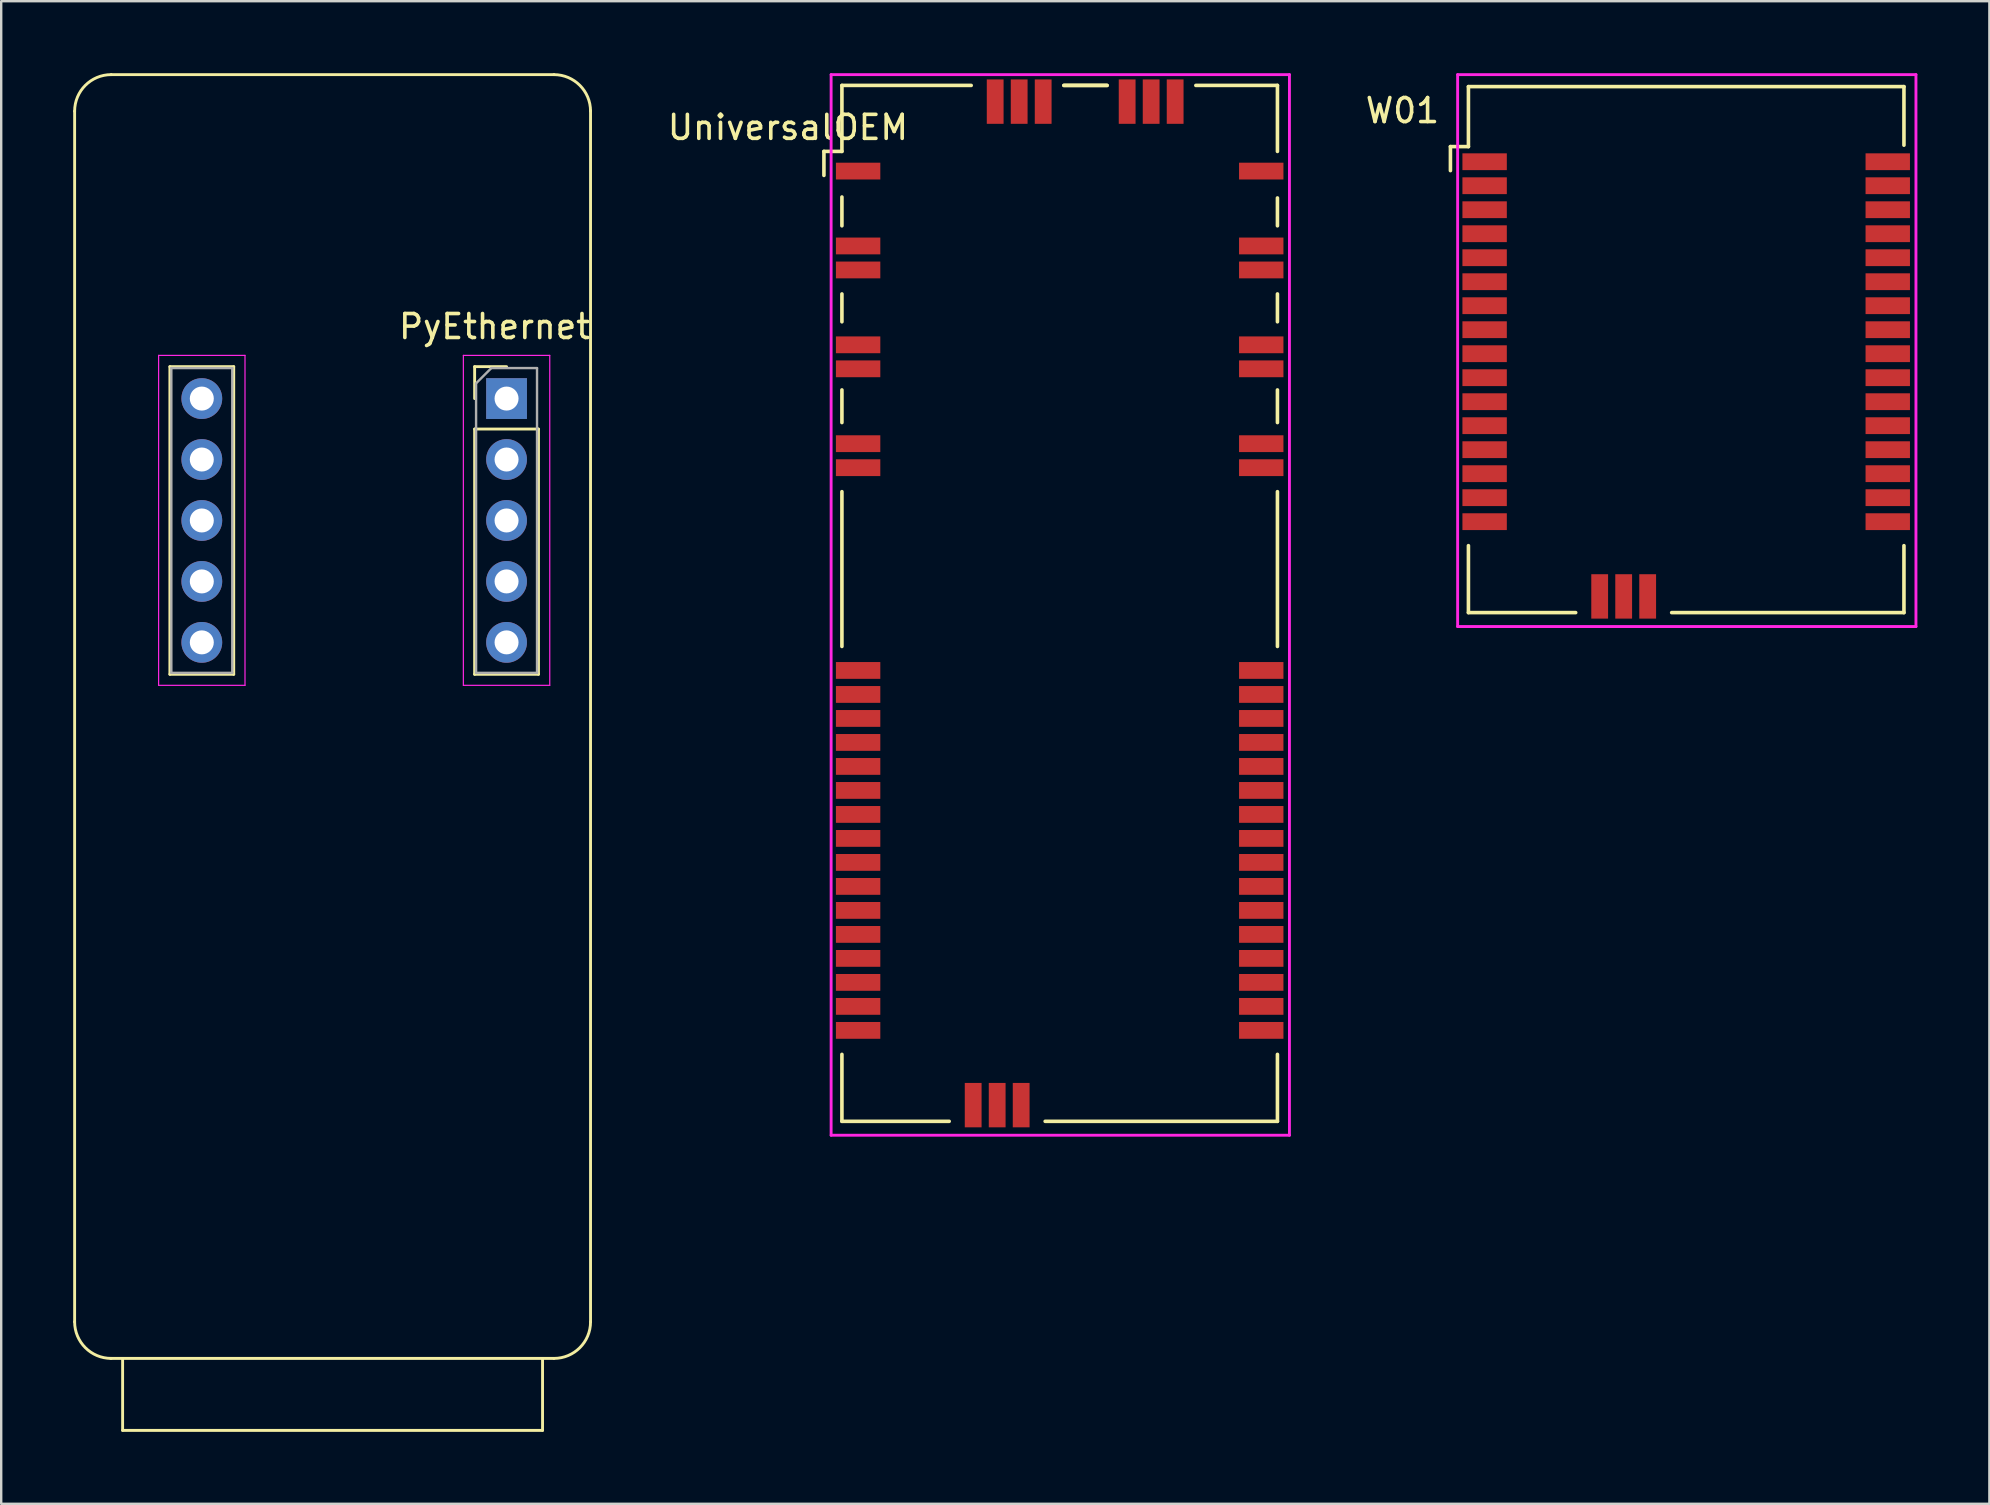
<source format=kicad_pcb>
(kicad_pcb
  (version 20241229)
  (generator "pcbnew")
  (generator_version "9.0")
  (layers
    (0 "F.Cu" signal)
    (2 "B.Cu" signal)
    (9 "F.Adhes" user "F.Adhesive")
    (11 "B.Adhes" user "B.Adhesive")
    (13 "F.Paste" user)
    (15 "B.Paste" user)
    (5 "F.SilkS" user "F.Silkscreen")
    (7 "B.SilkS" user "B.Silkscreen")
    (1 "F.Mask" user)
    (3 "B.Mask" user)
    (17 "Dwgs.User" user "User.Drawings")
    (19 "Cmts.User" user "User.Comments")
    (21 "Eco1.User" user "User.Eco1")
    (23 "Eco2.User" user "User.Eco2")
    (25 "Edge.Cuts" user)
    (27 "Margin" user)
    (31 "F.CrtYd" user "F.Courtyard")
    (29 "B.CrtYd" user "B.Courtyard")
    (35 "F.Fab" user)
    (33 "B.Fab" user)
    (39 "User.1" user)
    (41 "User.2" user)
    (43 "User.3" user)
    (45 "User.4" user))
  (footprint "UniversalOEM"
    (layer "F.Cu")
    (at 32.286 0.76)
    (property "Reference" "UniversalOEM" (at -2.5 1.5 0) (layer "F.SilkS") (effects (font (size 1 1) (thickness 0.15))))
    (attr through_hole)
    (fp_line (start -1 3.5) (end -1 2.5) (stroke (width 0.15) (type solid)) (layer "F.SilkS"))
    (fp_line (start -0.25 -0.25) (end -0.25 2.5) (stroke (width 0.15) (type solid)) (layer "F.SilkS"))
    (fp_line (start -0.25 -0.25) (end 5.137 -0.25) (stroke (width 0.15) (type solid)) (layer "F.SilkS"))
    (fp_line (start -0.25 2.5) (end -1 2.5) (stroke (width 0.15) (type solid)) (layer "F.SilkS"))
    (fp_line (start -0.25 4.4) (end -0.25 5.6) (stroke (width 0.15) (type solid)) (layer "F.SilkS"))
    (fp_line (start -0.25 8.44) (end -0.25 9.6) (stroke (width 0.15) (type solid)) (layer "F.SilkS"))
    (fp_line (start -0.25 12.44) (end -0.25 13.8) (stroke (width 0.15) (type solid)) (layer "F.SilkS"))
    (fp_line (start -0.25 16.68) (end -0.25 23.13) (stroke (width 0.15) (type solid)) (layer "F.SilkS"))
    (fp_line (start -0.25 42.92) (end -0.25 40.13) (stroke (width 0.15) (type solid)) (layer "F.SilkS"))
    (fp_line (start -0.25 42.92) (end 4.22 42.92) (stroke (width 0.15) (type solid)) (layer "F.SilkS"))
    (fp_line (start 9 -0.25) (end 10.8 -0.25) (stroke (width 0.15) (type solid)) (layer "F.SilkS"))
    (fp_line (start 9 -0.25) (end 10.8 -0.25) (stroke (width 0.15) (type solid)) (layer "F.SilkS"))
    (fp_line (start 14.5 -0.25) (end 17.9 -0.25) (stroke (width 0.15) (type solid)) (layer "F.SilkS"))
    (fp_line (start 17.9 2.5) (end 17.9 -0.25) (stroke (width 0.15) (type solid)) (layer "F.SilkS"))
    (fp_line (start 17.9 4.44) (end 17.9 5.6) (stroke (width 0.15) (type solid)) (layer "F.SilkS"))
    (fp_line (start 17.9 9.6) (end 17.9 8.44) (stroke (width 0.15) (type solid)) (layer "F.SilkS"))
    (fp_line (start 17.9 13.8) (end 17.9 12.44) (stroke (width 0.15) (type solid)) (layer "F.SilkS"))
    (fp_line (start 17.9 23.13) (end 17.9 16.68) (stroke (width 0.15) (type solid)) (layer "F.SilkS"))
    (fp_line (start 17.9 40.13) (end 17.9 42.92) (stroke (width 0.15) (type solid)) (layer "F.SilkS"))
    (fp_line (start 17.9 42.92) (end 8.22 42.92) (stroke (width 0.15) (type solid)) (layer "F.SilkS"))
    (fp_line (start -0.7 -0.7) (end 18.4 -0.7) (stroke (width 0.12) (type solid)) (layer "F.CrtYd"))
    (fp_line (start -0.7 43.5) (end -0.7 -0.7) (stroke (width 0.12) (type solid)) (layer "F.CrtYd"))
    (fp_line (start 18.4 -0.7) (end 18.4 43.5) (stroke (width 0.12) (type solid)) (layer "F.CrtYd"))
    (fp_line (start 18.4 43.5) (end -0.7 43.5) (stroke (width 0.12) (type solid)) (layer "F.CrtYd"))
    (pad "1" smd rect (at 0.425 3.32) (size 1.85 0.7) (layers "F.Cu" "F.Mask" "F.Paste"))
    (pad "2" smd rect (at 0.425 6.44) (size 1.85 0.7) (layers "F.Cu" "F.Mask" "F.Paste"))
    (pad "3" smd rect (at 0.425 7.44) (size 1.85 0.7) (layers "F.Cu" "F.Mask" "F.Paste"))
    (pad "4" smd rect (at 0.425 10.56) (size 1.85 0.7) (layers "F.Cu" "F.Mask" "F.Paste"))
    (pad "5" smd rect (at 0.425 11.56) (size 1.85 0.7) (layers "F.Cu" "F.Mask" "F.Paste"))
    (pad "6" smd rect (at 0.425 14.68) (size 1.85 0.7) (layers "F.Cu" "F.Mask" "F.Paste"))
    (pad "7" smd rect (at 0.425 15.68) (size 1.85 0.7) (layers "F.Cu" "F.Mask" "F.Paste"))
    (pad "8" smd rect (at 0.425 24.13) (size 1.85 0.7) (layers "F.Cu" "F.Mask" "F.Paste"))
    (pad "9" smd rect (at 0.425 25.13) (size 1.85 0.7) (layers "F.Cu" "F.Mask" "F.Paste"))
    (pad "10" smd rect (at 0.425 26.13) (size 1.85 0.7) (layers "F.Cu" "F.Mask" "F.Paste"))
    (pad "11" smd rect (at 0.425 27.13) (size 1.85 0.7) (layers "F.Cu" "F.Mask" "F.Paste"))
    (pad "12" smd rect (at 0.425 28.13) (size 1.85 0.7) (layers "F.Cu" "F.Mask" "F.Paste"))
    (pad "13" smd rect (at 0.425 29.13) (size 1.85 0.7) (layers "F.Cu" "F.Mask" "F.Paste"))
    (pad "14" smd rect (at 0.425 30.13) (size 1.85 0.7) (layers "F.Cu" "F.Mask" "F.Paste"))
    (pad "15" smd rect (at 0.425 31.13) (size 1.85 0.7) (layers "F.Cu" "F.Mask" "F.Paste"))
    (pad "16" smd rect (at 0.425 32.13) (size 1.85 0.7) (layers "F.Cu" "F.Mask" "F.Paste"))
    (pad "17" smd rect (at 0.425 33.13) (size 1.85 0.7) (layers "F.Cu" "F.Mask" "F.Paste"))
    (pad "18" smd rect (at 0.425 34.13) (size 1.85 0.7) (layers "F.Cu" "F.Mask" "F.Paste"))
    (pad "19" smd rect (at 0.425 35.13) (size 1.85 0.7) (layers "F.Cu" "F.Mask" "F.Paste"))
    (pad "20" smd rect (at 0.425 36.13) (size 1.85 0.7) (layers "F.Cu" "F.Mask" "F.Paste"))
    (pad "21" smd rect (at 0.425 37.13) (size 1.85 0.7) (layers "F.Cu" "F.Mask" "F.Paste"))
    (pad "22" smd rect (at 0.425 38.13) (size 1.85 0.7) (layers "F.Cu" "F.Mask" "F.Paste"))
    (pad "23" smd rect (at 0.425 39.13) (size 1.85 0.7) (layers "F.Cu" "F.Mask" "F.Paste"))
    (pad "24" smd rect (at 5.22 42.245 90) (size 1.85 0.7) (layers "F.Cu" "F.Mask" "F.Paste"))
    (pad "25" smd rect (at 6.22 42.245 90) (size 1.85 0.7) (layers "F.Cu" "F.Mask" "F.Paste"))
    (pad "26" smd rect (at 7.22 42.245 90) (size 1.85 0.7) (layers "F.Cu" "F.Mask" "F.Paste"))
    (pad "27" smd rect (at 17.225 39.13) (size 1.85 0.7) (layers "F.Cu" "F.Mask" "F.Paste"))
    (pad "28" smd rect (at 17.225 38.13) (size 1.85 0.7) (layers "F.Cu" "F.Mask" "F.Paste"))
    (pad "29" smd rect (at 17.225 37.13) (size 1.85 0.7) (layers "F.Cu" "F.Mask" "F.Paste"))
    (pad "30" smd rect (at 17.225 36.13) (size 1.85 0.7) (layers "F.Cu" "F.Mask" "F.Paste"))
    (pad "31" smd rect (at 17.225 35.13) (size 1.85 0.7) (layers "F.Cu" "F.Mask" "F.Paste"))
    (pad "32" smd rect (at 17.225 34.13) (size 1.85 0.7) (layers "F.Cu" "F.Mask" "F.Paste"))
    (pad "33" smd rect (at 17.225 33.13) (size 1.85 0.7) (layers "F.Cu" "F.Mask" "F.Paste"))
    (pad "34" smd rect (at 17.225 32.13) (size 1.85 0.7) (layers "F.Cu" "F.Mask" "F.Paste"))
    (pad "35" smd rect (at 17.225 31.13) (size 1.85 0.7) (layers "F.Cu" "F.Mask" "F.Paste"))
    (pad "36" smd rect (at 17.225 30.13) (size 1.85 0.7) (layers "F.Cu" "F.Mask" "F.Paste"))
    (pad "37" smd rect (at 17.225 29.13) (size 1.85 0.7) (layers "F.Cu" "F.Mask" "F.Paste"))
    (pad "38" smd rect (at 17.225 28.13) (size 1.85 0.7) (layers "F.Cu" "F.Mask" "F.Paste"))
    (pad "39" smd rect (at 17.225 27.13) (size 1.85 0.7) (layers "F.Cu" "F.Mask" "F.Paste"))
    (pad "40" smd rect (at 17.225 26.13) (size 1.85 0.7) (layers "F.Cu" "F.Mask" "F.Paste"))
    (pad "41" smd rect (at 17.225 25.13) (size 1.85 0.7) (layers "F.Cu" "F.Mask" "F.Paste"))
    (pad "42" smd rect (at 17.225 24.13) (size 1.85 0.7) (layers "F.Cu" "F.Mask" "F.Paste"))
    (pad "43" smd rect (at 17.225 15.68) (size 1.85 0.7) (layers "F.Cu" "F.Mask" "F.Paste"))
    (pad "44" smd rect (at 17.225 14.68) (size 1.85 0.7) (layers "F.Cu" "F.Mask" "F.Paste"))
    (pad "45" smd rect (at 17.225 11.56) (size 1.85 0.7) (layers "F.Cu" "F.Mask" "F.Paste"))
    (pad "46" smd rect (at 17.225 10.56) (size 1.85 0.7) (layers "F.Cu" "F.Mask" "F.Paste"))
    (pad "47" smd rect (at 17.225 7.44) (size 1.85 0.7) (layers "F.Cu" "F.Mask" "F.Paste"))
    (pad "48" smd rect (at 17.225 6.44) (size 1.85 0.7) (layers "F.Cu" "F.Mask" "F.Paste"))
    (pad "49" smd rect (at 17.225 3.32) (size 1.85 0.7) (layers "F.Cu" "F.Mask" "F.Paste"))
    (pad "50" smd rect (at 13.637 0.425 90) (size 1.85 0.7) (layers "F.Cu" "F.Mask" "F.Paste"))
    (pad "51" smd rect (at 12.637 0.425 90) (size 1.85 0.7) (layers "F.Cu" "F.Mask" "F.Paste"))
    (pad "52" smd rect (at 11.637 0.425 90) (size 1.85 0.7) (layers "F.Cu" "F.Mask" "F.Paste"))
    (pad "53" smd rect (at 8.137 0.425 90) (size 1.85 0.7) (layers "F.Cu" "F.Mask" "F.Paste"))
    (pad "54" smd rect (at 7.137 0.425 90) (size 1.85 0.7) (layers "F.Cu" "F.Mask" "F.Paste"))
    (pad "55" smd rect (at 6.137 0.425 90) (size 1.85 0.7) (layers "F.Cu" "F.Mask" "F.Paste")))
  (footprint "W01"
    (layer "F.Cu")
    (at 66.895 11.56)
    (property "Reference" "W01" (at -11.5 -10 0) (layer "F.SilkS") (effects (font (size 1 1) (thickness 0.15))))
    (attr through_hole)
    (fp_line (start -9.5 -8.5) (end -9.5 -7.5) (stroke (width 0.15) (type solid)) (layer "F.SilkS"))
    (fp_line (start -8.75 -11) (end -8.75 -8.5) (stroke (width 0.15) (type solid)) (layer "F.SilkS"))
    (fp_line (start -8.75 -11) (end 9.4 -11) (stroke (width 0.15) (type solid)) (layer "F.SilkS"))
    (fp_line (start -8.75 -8.5) (end -9.5 -8.5) (stroke (width 0.15) (type solid)) (layer "F.SilkS"))
    (fp_line (start -8.75 10.92) (end -8.75 8.13) (stroke (width 0.15) (type solid)) (layer "F.SilkS"))
    (fp_line (start -8.75 10.92) (end -4.28 10.92) (stroke (width 0.15) (type solid)) (layer "F.SilkS"))
    (fp_line (start 9.4 -8.56) (end 9.4 -11) (stroke (width 0.15) (type solid)) (layer "F.SilkS"))
    (fp_line (start 9.4 8.13) (end 9.4 10.92) (stroke (width 0.15) (type solid)) (layer "F.SilkS"))
    (fp_line (start 9.4 10.92) (end -0.28 10.92) (stroke (width 0.15) (type solid)) (layer "F.SilkS"))
    (fp_line (start -9.2 -11.5) (end 9.9 -11.5) (stroke (width 0.12) (type solid)) (layer "F.CrtYd"))
    (fp_line (start -9.2 11.5) (end -9.2 -11.5) (stroke (width 0.12) (type solid)) (layer "F.CrtYd"))
    (fp_line (start 9.9 -11.5) (end 9.9 11.5) (stroke (width 0.12) (type solid)) (layer "F.CrtYd"))
    (fp_line (start 9.9 11.5) (end -9.2 11.5) (stroke (width 0.12) (type solid)) (layer "F.CrtYd"))
    (pad "1" smd rect (at -8.075 -7.87) (size 1.85 0.7) (layers "F.Cu" "F.Mask" "F.Paste"))
    (pad "2" smd rect (at -8.075 -6.87) (size 1.85 0.7) (layers "F.Cu" "F.Mask" "F.Paste"))
    (pad "3" smd rect (at -8.075 -5.87) (size 1.85 0.7) (layers "F.Cu" "F.Mask" "F.Paste"))
    (pad "4" smd rect (at -8.075 -4.87) (size 1.85 0.7) (layers "F.Cu" "F.Mask" "F.Paste"))
    (pad "5" smd rect (at -8.075 -3.87) (size 1.85 0.7) (layers "F.Cu" "F.Mask" "F.Paste"))
    (pad "6" smd rect (at -8.075 -2.87) (size 1.85 0.7) (layers "F.Cu" "F.Mask" "F.Paste"))
    (pad "7" smd rect (at -8.075 -1.87) (size 1.85 0.7) (layers "F.Cu" "F.Mask" "F.Paste"))
    (pad "8" smd rect (at -8.075 -0.87) (size 1.85 0.7) (layers "F.Cu" "F.Mask" "F.Paste"))
    (pad "9" smd rect (at -8.075 0.13) (size 1.85 0.7) (layers "F.Cu" "F.Mask" "F.Paste"))
    (pad "10" smd rect (at -8.075 1.13) (size 1.85 0.7) (layers "F.Cu" "F.Mask" "F.Paste"))
    (pad "11" smd rect (at -8.075 2.13) (size 1.85 0.7) (layers "F.Cu" "F.Mask" "F.Paste"))
    (pad "12" smd rect (at -8.075 3.13) (size 1.85 0.7) (layers "F.Cu" "F.Mask" "F.Paste"))
    (pad "13" smd rect (at -8.075 4.13) (size 1.85 0.7) (layers "F.Cu" "F.Mask" "F.Paste"))
    (pad "14" smd rect (at -8.075 5.13) (size 1.85 0.7) (layers "F.Cu" "F.Mask" "F.Paste"))
    (pad "15" smd rect (at -8.075 6.13) (size 1.85 0.7) (layers "F.Cu" "F.Mask" "F.Paste"))
    (pad "16" smd rect (at -8.075 7.13) (size 1.85 0.7) (layers "F.Cu" "F.Mask" "F.Paste"))
    (pad "17" smd rect (at -3.28 10.245 90) (size 1.85 0.7) (layers "F.Cu" "F.Mask" "F.Paste"))
    (pad "18" smd rect (at -2.28 10.245 90) (size 1.85 0.7) (layers "F.Cu" "F.Mask" "F.Paste"))
    (pad "19" smd rect (at -1.28 10.245 90) (size 1.85 0.7) (layers "F.Cu" "F.Mask" "F.Paste"))
    (pad "20" smd rect (at 8.725 7.13) (size 1.85 0.7) (layers "F.Cu" "F.Mask" "F.Paste"))
    (pad "21" smd rect (at 8.725 6.13) (size 1.85 0.7) (layers "F.Cu" "F.Mask" "F.Paste"))
    (pad "22" smd rect (at 8.725 5.13) (size 1.85 0.7) (layers "F.Cu" "F.Mask" "F.Paste"))
    (pad "23" smd rect (at 8.725 4.13) (size 1.85 0.7) (layers "F.Cu" "F.Mask" "F.Paste"))
    (pad "24" smd rect (at 8.725 3.13) (size 1.85 0.7) (layers "F.Cu" "F.Mask" "F.Paste"))
    (pad "25" smd rect (at 8.725 2.13) (size 1.85 0.7) (layers "F.Cu" "F.Mask" "F.Paste"))
    (pad "26" smd rect (at 8.725 1.13) (size 1.85 0.7) (layers "F.Cu" "F.Mask" "F.Paste"))
    (pad "27" smd rect (at 8.725 0.13) (size 1.85 0.7) (layers "F.Cu" "F.Mask" "F.Paste"))
    (pad "28" smd rect (at 8.725 -0.87) (size 1.85 0.7) (layers "F.Cu" "F.Mask" "F.Paste"))
    (pad "29" smd rect (at 8.725 -1.87) (size 1.85 0.7) (layers "F.Cu" "F.Mask" "F.Paste"))
    (pad "30" smd rect (at 8.725 -2.87) (size 1.85 0.7) (layers "F.Cu" "F.Mask" "F.Paste"))
    (pad "31" smd rect (at 8.725 -3.87) (size 1.85 0.7) (layers "F.Cu" "F.Mask" "F.Paste"))
    (pad "32" smd rect (at 8.725 -4.87) (size 1.85 0.7) (layers "F.Cu" "F.Mask" "F.Paste"))
    (pad "33" smd rect (at 8.725 -5.87) (size 1.85 0.7) (layers "F.Cu" "F.Mask" "F.Paste"))
    (pad "34" smd rect (at 8.725 -6.87) (size 1.85 0.7) (layers "F.Cu" "F.Mask" "F.Paste"))
    (pad "35" smd rect (at 8.725 -7.87) (size 1.85 0.7) (layers "F.Cu" "F.Mask" "F.Paste")))
  (footprint "PyEthernet"
    (layer "F.Cu")
    (at 12.06 18.56)
    (property "Reference" "PyEthernet" (at 5.5 -8 0) (layer "F.SilkS") (effects (font (size 1 1) (thickness 0.15))))
    (attr through_hole)
    (fp_line (start -12 33.476) (end -12 -16.976) (stroke (width 0.12) (type solid)) (layer "F.SilkS"))
    (fp_line (start -10.476 -18.5) (end 7.976 -18.5) (stroke (width 0.12) (type solid)) (layer "F.SilkS"))
    (fp_line (start -10 35) (end -10 38) (stroke (width 0.12) (type solid)) (layer "F.SilkS"))
    (fp_line (start -10 38) (end 7.5 38) (stroke (width 0.12) (type solid)) (layer "F.SilkS"))
    (fp_line (start -8.03 -6.33) (end -8.03 6.49) (stroke (width 0.12) (type solid)) (layer "F.SilkS"))
    (fp_line (start -8.03 -6.33) (end -5.37 -6.33) (stroke (width 0.12) (type solid)) (layer "F.SilkS"))
    (fp_line (start -8.03 6.49) (end -5.37 6.49) (stroke (width 0.12) (type solid)) (layer "F.SilkS"))
    (fp_line (start -5.37 -6.33) (end -5.37 6.49) (stroke (width 0.12) (type solid)) (layer "F.SilkS"))
    (fp_line (start 4.67 -6.33) (end 6 -6.33) (stroke (width 0.12) (type solid)) (layer "F.SilkS"))
    (fp_line (start 4.67 -5) (end 4.67 -6.33) (stroke (width 0.12) (type solid)) (layer "F.SilkS"))
    (fp_line (start 4.67 -3.73) (end 4.67 6.49) (stroke (width 0.12) (type solid)) (layer "F.SilkS"))
    (fp_line (start 4.67 -3.73) (end 7.33 -3.73) (stroke (width 0.12) (type solid)) (layer "F.SilkS"))
    (fp_line (start 4.67 6.49) (end 7.33 6.49) (stroke (width 0.12) (type solid)) (layer "F.SilkS"))
    (fp_line (start 7.33 -3.73) (end 7.33 6.49) (stroke (width 0.12) (type solid)) (layer "F.SilkS"))
    (fp_line (start 7.5 38) (end 7.5 35) (stroke (width 0.12) (type solid)) (layer "F.SilkS"))
    (fp_line (start 7.976 35) (end -10.5 35) (stroke (width 0.12) (type solid)) (layer "F.SilkS"))
    (fp_line (start 9.5 -17) (end 9.5 33.476) (stroke (width 0.12) (type solid)) (layer "F.SilkS"))
    (fp_arc (start -12 -16.976) (mid -11.553631 -18.053631) (end -10.476 -18.5) (stroke (width 0.12) (type solid)) (layer "F.SilkS"))
    (fp_arc (start -10.476 35) (mid -11.553631 34.553631) (end -12 33.476) (stroke (width 0.12) (type solid)) (layer "F.SilkS"))
    (fp_arc (start 7.976 -18.5) (mid 9.053631 -18.053631) (end 9.5 -16.976) (stroke (width 0.12) (type solid)) (layer "F.SilkS"))
    (fp_arc (start 9.5 33.476) (mid 9.053631 34.553631) (end 7.976 35) (stroke (width 0.12) (type solid)) (layer "F.SilkS"))
    (fp_line (start -8.5 -6.8) (end -8.5 6.95) (stroke (width 0.05) (type solid)) (layer "F.CrtYd"))
    (fp_line (start -8.5 6.95) (end -4.9 6.95) (stroke (width 0.05) (type solid)) (layer "F.CrtYd"))
    (fp_line (start -4.9 -6.8) (end -8.5 -6.8) (stroke (width 0.05) (type solid)) (layer "F.CrtYd"))
    (fp_line (start -4.9 6.95) (end -4.9 -6.8) (stroke (width 0.05) (type solid)) (layer "F.CrtYd"))
    (fp_line (start 4.2 -6.8) (end 4.2 6.95) (stroke (width 0.05) (type solid)) (layer "F.CrtYd"))
    (fp_line (start 4.2 6.95) (end 7.8 6.95) (stroke (width 0.05) (type solid)) (layer "F.CrtYd"))
    (fp_line (start 7.8 -6.8) (end 4.2 -6.8) (stroke (width 0.05) (type solid)) (layer "F.CrtYd"))
    (fp_line (start 7.8 6.95) (end 7.8 -6.8) (stroke (width 0.05) (type solid)) (layer "F.CrtYd"))
    (fp_line (start -7.97 -6.27) (end -5.43 -6.27) (stroke (width 0.1) (type solid)) (layer "F.Fab"))
    (fp_line (start -7.97 6.43) (end -7.97 -6.27) (stroke (width 0.1) (type solid)) (layer "F.Fab"))
    (fp_line (start -5.43 -6.27) (end -5.43 6.43) (stroke (width 0.1) (type solid)) (layer "F.Fab"))
    (fp_line (start -5.43 6.43) (end -7.97 6.43) (stroke (width 0.1) (type solid)) (layer "F.Fab"))
    (fp_line (start 4.73 -5.635) (end 5.365 -6.27) (stroke (width 0.1) (type solid)) (layer "F.Fab"))
    (fp_line (start 4.73 6.43) (end 4.73 -5.635) (stroke (width 0.1) (type solid)) (layer "F.Fab"))
    (fp_line (start 5.365 -6.27) (end 7.27 -6.27) (stroke (width 0.1) (type solid)) (layer "F.Fab"))
    (fp_line (start 7.27 -6.27) (end 7.27 6.43) (stroke (width 0.1) (type solid)) (layer "F.Fab"))
    (fp_line (start 7.27 6.43) (end 4.73 6.43) (stroke (width 0.1) (type solid)) (layer "F.Fab"))
    (pad "1" thru_hole rect (at 6 -5) (size 1.7 1.7) (drill 1) (layers "*.Cu" "*.Mask"))
    (pad "2" thru_hole oval (at 6 -2.46) (size 1.7 1.7) (drill 1) (layers "*.Cu" "*.Mask"))
    (pad "3" thru_hole oval (at 6 0.08) (size 1.7 1.7) (drill 1) (layers "*.Cu" "*.Mask"))
    (pad "4" thru_hole oval (at 6 2.62) (size 1.7 1.7) (drill 1) (layers "*.Cu" "*.Mask"))
    (pad "5" thru_hole oval (at 6 5.16) (size 1.7 1.7) (drill 1) (layers "*.Cu" "*.Mask"))
    (pad "6" thru_hole oval (at -6.7 5.16) (size 1.7 1.7) (drill 1) (layers "*.Cu" "*.Mask"))
    (pad "7" thru_hole oval (at -6.7 2.62) (size 1.7 1.7) (drill 1) (layers "*.Cu" "*.Mask"))
    (pad "8" thru_hole oval (at -6.7 0.08) (size 1.7 1.7) (drill 1) (layers "*.Cu" "*.Mask"))
    (pad "9" thru_hole oval (at -6.7 -2.46) (size 1.7 1.7) (drill 1) (layers "*.Cu" "*.Mask"))
    (pad "10" thru_hole circle (at -6.7 -5) (size 1.7 1.7) (drill 1) (layers "*.Cu" "*.Mask")))
  (gr_rect
    (start -3 -3)
    (end 79.855 59.62)
    (stroke (width 0.1) (type default))
    (fill no)
    (layer "Edge.Cuts")))
</source>
